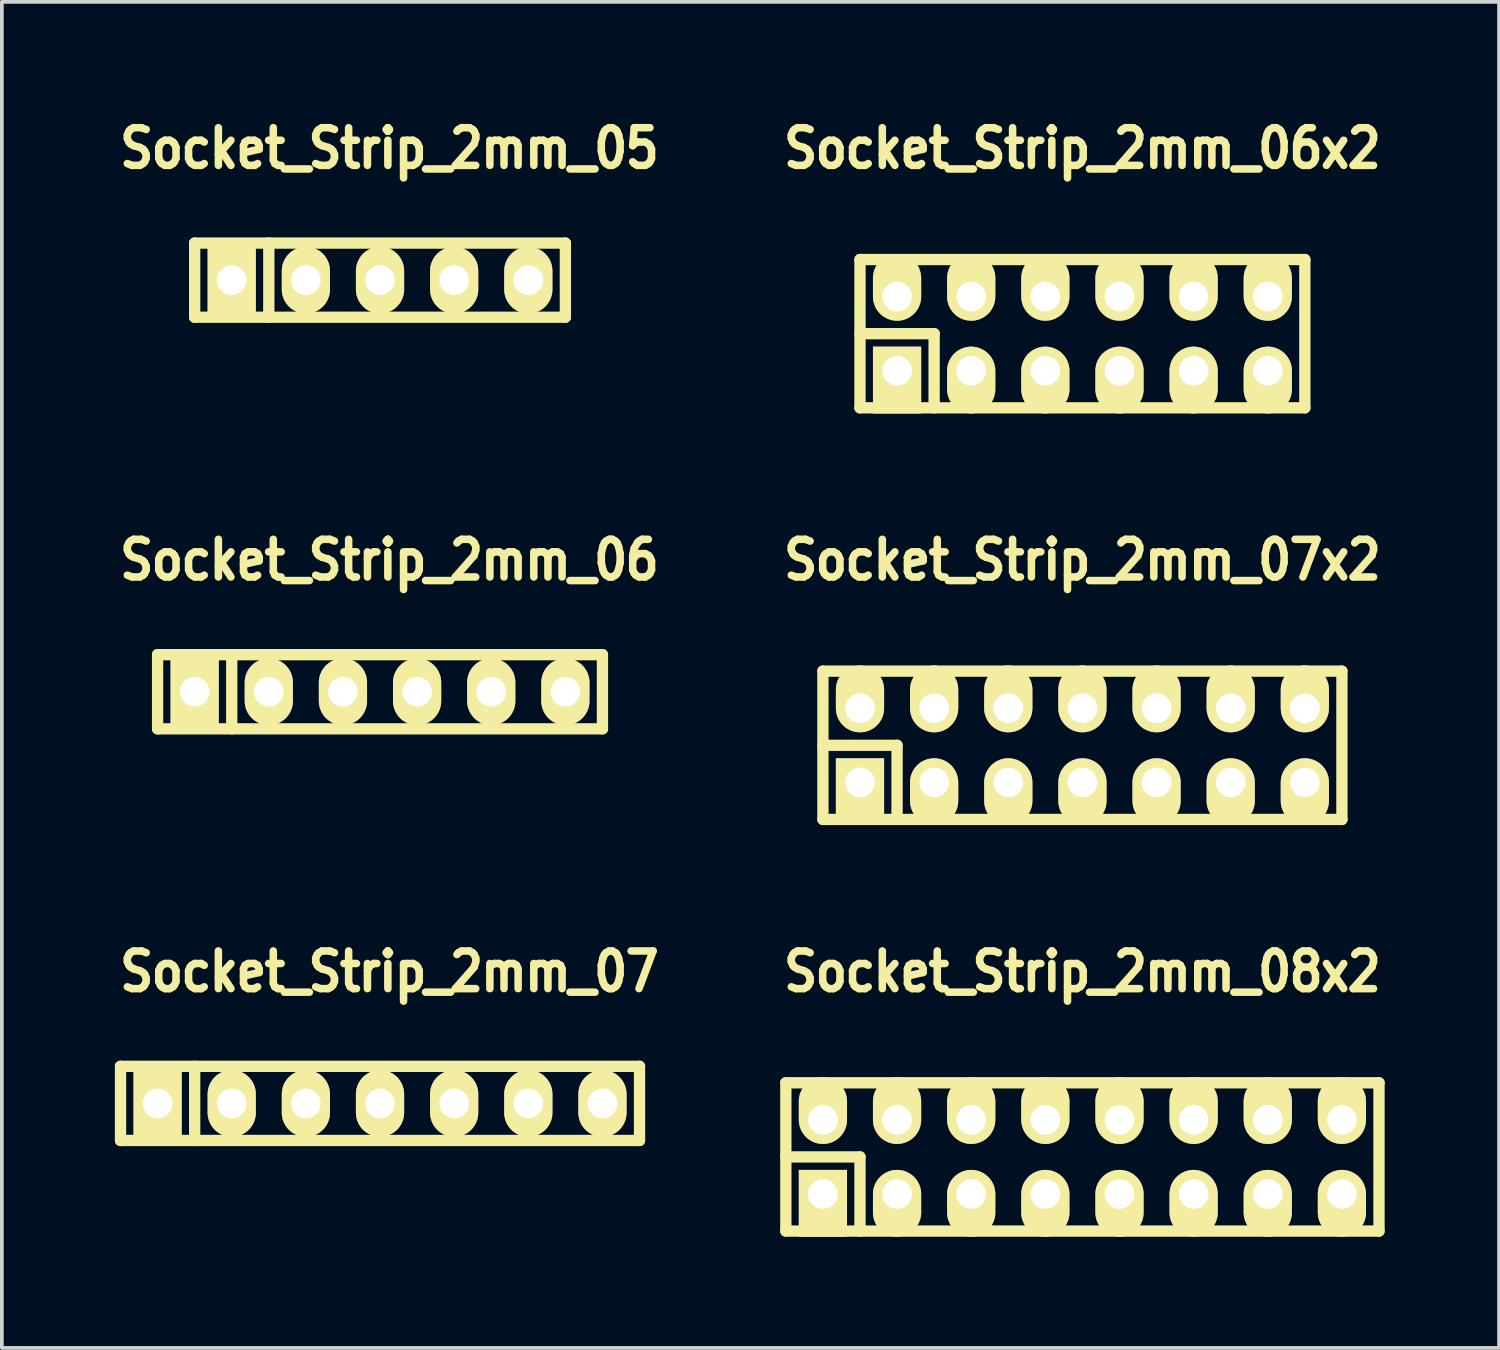
<source format=kicad_pcb>
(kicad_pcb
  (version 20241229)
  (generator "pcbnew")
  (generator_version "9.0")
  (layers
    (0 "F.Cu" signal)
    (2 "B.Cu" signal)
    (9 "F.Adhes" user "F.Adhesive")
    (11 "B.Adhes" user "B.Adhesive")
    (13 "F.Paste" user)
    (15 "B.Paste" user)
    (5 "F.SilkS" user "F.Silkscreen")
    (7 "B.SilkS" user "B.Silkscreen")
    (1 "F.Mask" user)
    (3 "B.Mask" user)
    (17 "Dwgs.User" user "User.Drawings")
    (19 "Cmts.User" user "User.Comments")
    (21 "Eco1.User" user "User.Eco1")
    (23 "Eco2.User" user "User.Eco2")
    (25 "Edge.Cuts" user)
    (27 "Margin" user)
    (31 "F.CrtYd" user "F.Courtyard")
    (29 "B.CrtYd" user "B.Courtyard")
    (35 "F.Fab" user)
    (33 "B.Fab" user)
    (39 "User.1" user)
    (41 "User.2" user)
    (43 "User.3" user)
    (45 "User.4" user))
  (footprint "Socket_Strip_2mm_06"
    (layer "F.Cu")
    (at 7.201 15.61)
    (property "Reference" "Socket_Strip_2mm_06" (at 0.254 -3.556 0) (layer "F.SilkS") (effects (font (size 1.016 0.889) (thickness 0.203))))
    (attr through_hole)
    (fp_line (start -6 -1) (end 6 -1) (stroke (width 0.305) (type solid)) (layer "F.SilkS"))
    (fp_line (start -6 1) (end -6 -1) (stroke (width 0.305) (type solid)) (layer "F.SilkS"))
    (fp_line (start -4 -1) (end -4 1) (stroke (width 0.305) (type solid)) (layer "F.SilkS"))
    (fp_line (start 6 -1) (end 6 1) (stroke (width 0.305) (type solid)) (layer "F.SilkS"))
    (fp_line (start 6 1) (end -6 1) (stroke (width 0.305) (type solid)) (layer "F.SilkS"))
    (pad "1" thru_hole rect (at -5 0) (size 1.3 1.8) (drill 0.8) (layers "*.Cu" "*.Mask" "F.SilkS"))
    (pad "2" thru_hole oval (at -3 0) (size 1.3 1.8) (drill 0.8) (layers "*.Cu" "*.Mask" "F.SilkS"))
    (pad "3" thru_hole oval (at -1 0) (size 1.3 1.8) (drill 0.8) (layers "*.Cu" "*.Mask" "F.SilkS"))
    (pad "4" thru_hole oval (at 1 0) (size 1.3 1.8) (drill 0.8) (layers "*.Cu" "*.Mask" "F.SilkS"))
    (pad "5" thru_hole oval (at 3 0) (size 1.3 1.8) (drill 0.8) (layers "*.Cu" "*.Mask" "F.SilkS"))
    (pad "6" thru_hole oval (at 5 0) (size 1.3 1.8) (drill 0.8) (layers "*.Cu" "*.Mask" "F.SilkS")))
  (footprint "Socket_Strip_2mm_05"
    (layer "F.Cu")
    (at 7.201 4.507)
    (property "Reference" "Socket_Strip_2mm_05" (at 0.254 -3.556 0) (layer "F.SilkS") (effects (font (size 1.016 0.889) (thickness 0.203))))
    (attr through_hole)
    (fp_line (start -5 -1) (end 5 -1) (stroke (width 0.305) (type solid)) (layer "F.SilkS"))
    (fp_line (start -5 1) (end -5 -1) (stroke (width 0.305) (type solid)) (layer "F.SilkS"))
    (fp_line (start -3 -1) (end -3 1) (stroke (width 0.305) (type solid)) (layer "F.SilkS"))
    (fp_line (start 5 -1) (end 5 1) (stroke (width 0.305) (type solid)) (layer "F.SilkS"))
    (fp_line (start 5 1) (end -5 1) (stroke (width 0.305) (type solid)) (layer "F.SilkS"))
    (pad "1" thru_hole rect (at -4 0) (size 1.3 1.8) (drill 0.8) (layers "*.Cu" "*.Mask" "F.SilkS"))
    (pad "2" thru_hole oval (at -2 0) (size 1.3 1.8) (drill 0.8) (layers "*.Cu" "*.Mask" "F.SilkS"))
    (pad "3" thru_hole oval (at 0 0) (size 1.3 1.8) (drill 0.8) (layers "*.Cu" "*.Mask" "F.SilkS"))
    (pad "4" thru_hole oval (at 2 0) (size 1.3 1.8) (drill 0.8) (layers "*.Cu" "*.Mask" "F.SilkS"))
    (pad "5" thru_hole oval (at 4 0) (size 1.3 1.8) (drill 0.8) (layers "*.Cu" "*.Mask" "F.SilkS")))
  (footprint "Socket_Strip_2mm_07x2"
    (layer "F.Cu")
    (at 26.148 17.054)
    (property "Reference" "Socket_Strip_2mm_07x2" (at 0 -5 0) (layer "F.SilkS") (effects (font (size 1.016 0.889) (thickness 0.203))))
    (attr through_hole)
    (fp_line (start -7 -2) (end 7 -2) (stroke (width 0.305) (type solid)) (layer "F.SilkS"))
    (fp_line (start -7 0) (end -5 0) (stroke (width 0.305) (type solid)) (layer "F.SilkS"))
    (fp_line (start -7 2) (end -7 -2) (stroke (width 0.305) (type solid)) (layer "F.SilkS"))
    (fp_line (start -5 0) (end -5 2) (stroke (width 0.305) (type solid)) (layer "F.SilkS"))
    (fp_line (start 7 -2) (end 7 2) (stroke (width 0.305) (type solid)) (layer "F.SilkS"))
    (fp_line (start 7 2) (end -7 2) (stroke (width 0.305) (type solid)) (layer "F.SilkS"))
    (pad "1" thru_hole rect (at -6 1) (size 1.3 1.8) (drill 0.8 (offset 0 0.25)) (layers "*.Cu" "*.Mask" "F.SilkS"))
    (pad "2" thru_hole oval (at -6 -1) (size 1.3 1.8) (drill 0.8 (offset 0 -0.25)) (layers "*.Cu" "*.Mask" "F.SilkS"))
    (pad "3" thru_hole oval (at -4 1) (size 1.3 1.8) (drill 0.8 (offset 0 0.25)) (layers "*.Cu" "*.Mask" "F.SilkS"))
    (pad "4" thru_hole oval (at -4 -1) (size 1.3 1.8) (drill 0.8 (offset 0 -0.25)) (layers "*.Cu" "*.Mask" "F.SilkS"))
    (pad "5" thru_hole oval (at -2 1) (size 1.3 1.8) (drill 0.8 (offset 0 0.25)) (layers "*.Cu" "*.Mask" "F.SilkS"))
    (pad "6" thru_hole oval (at -2 -1) (size 1.3 1.8) (drill 0.8 (offset 0 -0.25)) (layers "*.Cu" "*.Mask" "F.SilkS"))
    (pad "7" thru_hole oval (at 0 1) (size 1.3 1.8) (drill 0.8 (offset 0 0.25)) (layers "*.Cu" "*.Mask" "F.SilkS"))
    (pad "8" thru_hole oval (at 0 -1) (size 1.3 1.8) (drill 0.8 (offset 0 -0.25)) (layers "*.Cu" "*.Mask" "F.SilkS"))
    (pad "9" thru_hole oval (at 2 1) (size 1.3 1.8) (drill 0.8 (offset 0 0.25)) (layers "*.Cu" "*.Mask" "F.SilkS"))
    (pad "10" thru_hole oval (at 2 -1) (size 1.3 1.8) (drill 0.8 (offset 0 -0.25)) (layers "*.Cu" "*.Mask" "F.SilkS"))
    (pad "11" thru_hole oval (at 4 1) (size 1.3 1.8) (drill 0.8 (offset 0 0.25)) (layers "*.Cu" "*.Mask" "F.SilkS"))
    (pad "12" thru_hole oval (at 4 -1) (size 1.3 1.8) (drill 0.8 (offset 0 -0.25)) (layers "*.Cu" "*.Mask" "F.SilkS"))
    (pad "13" thru_hole oval (at 6 1) (size 1.3 1.8) (drill 0.8 (offset 0 0.25)) (layers "*.Cu" "*.Mask" "F.SilkS"))
    (pad "14" thru_hole oval (at 6 -1) (size 1.3 1.8) (drill 0.8 (offset 0 -0.25)) (layers "*.Cu" "*.Mask" "F.SilkS")))
  (footprint "Socket_Strip_2mm_08x2"
    (layer "F.Cu")
    (at 26.148 28.158)
    (property "Reference" "Socket_Strip_2mm_08x2" (at 0 -5 0) (layer "F.SilkS") (effects (font (size 1.016 0.889) (thickness 0.203))))
    (attr through_hole)
    (fp_line (start -8 -2) (end 8 -2) (stroke (width 0.305) (type solid)) (layer "F.SilkS"))
    (fp_line (start -8 0) (end -6 0) (stroke (width 0.305) (type solid)) (layer "F.SilkS"))
    (fp_line (start -8 2) (end -8 -2) (stroke (width 0.305) (type solid)) (layer "F.SilkS"))
    (fp_line (start -6 0) (end -6 2) (stroke (width 0.305) (type solid)) (layer "F.SilkS"))
    (fp_line (start 8 -2) (end 8 2) (stroke (width 0.305) (type solid)) (layer "F.SilkS"))
    (fp_line (start 8 2) (end -8 2) (stroke (width 0.305) (type solid)) (layer "F.SilkS"))
    (pad "1" thru_hole rect (at -7 1) (size 1.3 1.8) (drill 0.8 (offset 0 0.25)) (layers "*.Cu" "*.Mask" "F.SilkS"))
    (pad "2" thru_hole oval (at -7 -1) (size 1.3 1.8) (drill 0.8 (offset 0 -0.25)) (layers "*.Cu" "*.Mask" "F.SilkS"))
    (pad "3" thru_hole oval (at -5 1) (size 1.3 1.8) (drill 0.8 (offset 0 0.25)) (layers "*.Cu" "*.Mask" "F.SilkS"))
    (pad "4" thru_hole oval (at -5 -1) (size 1.3 1.8) (drill 0.8 (offset 0 -0.25)) (layers "*.Cu" "*.Mask" "F.SilkS"))
    (pad "5" thru_hole oval (at -3 1) (size 1.3 1.8) (drill 0.8 (offset 0 0.25)) (layers "*.Cu" "*.Mask" "F.SilkS"))
    (pad "6" thru_hole oval (at -3 -1) (size 1.3 1.8) (drill 0.8 (offset 0 -0.25)) (layers "*.Cu" "*.Mask" "F.SilkS"))
    (pad "7" thru_hole oval (at -1 1) (size 1.3 1.8) (drill 0.8 (offset 0 0.25)) (layers "*.Cu" "*.Mask" "F.SilkS"))
    (pad "8" thru_hole oval (at -1 -1) (size 1.3 1.8) (drill 0.8 (offset 0 -0.25)) (layers "*.Cu" "*.Mask" "F.SilkS"))
    (pad "9" thru_hole oval (at 1 1) (size 1.3 1.8) (drill 0.8 (offset 0 0.25)) (layers "*.Cu" "*.Mask" "F.SilkS"))
    (pad "10" thru_hole oval (at 1 -1) (size 1.3 1.8) (drill 0.8 (offset 0 -0.25)) (layers "*.Cu" "*.Mask" "F.SilkS"))
    (pad "11" thru_hole oval (at 3 1) (size 1.3 1.8) (drill 0.8 (offset 0 0.25)) (layers "*.Cu" "*.Mask" "F.SilkS"))
    (pad "12" thru_hole oval (at 3 -1) (size 1.3 1.8) (drill 0.8 (offset 0 -0.25)) (layers "*.Cu" "*.Mask" "F.SilkS"))
    (pad "13" thru_hole oval (at 5 1) (size 1.3 1.8) (drill 0.8 (offset 0 0.25)) (layers "*.Cu" "*.Mask" "F.SilkS"))
    (pad "14" thru_hole oval (at 5 -1) (size 1.3 1.8) (drill 0.8 (offset 0 -0.25)) (layers "*.Cu" "*.Mask" "F.SilkS"))
    (pad "15" thru_hole oval (at 7 1) (size 1.3 1.8) (drill 0.8 (offset 0 0.25)) (layers "*.Cu" "*.Mask" "F.SilkS"))
    (pad "16" thru_hole oval (at 7 -1) (size 1.3 1.8) (drill 0.8 (offset 0 -0.25)) (layers "*.Cu" "*.Mask" "F.SilkS")))
  (footprint "Socket_Strip_2mm_07"
    (layer "F.Cu")
    (at 7.201 26.714)
    (property "Reference" "Socket_Strip_2mm_07" (at 0.254 -3.556 0) (layer "F.SilkS") (effects (font (size 1.016 0.889) (thickness 0.203))))
    (attr through_hole)
    (fp_line (start -7 -1) (end 7 -1) (stroke (width 0.305) (type solid)) (layer "F.SilkS"))
    (fp_line (start -7 1) (end -7 -1) (stroke (width 0.305) (type solid)) (layer "F.SilkS"))
    (fp_line (start -5 -1) (end -5 1) (stroke (width 0.305) (type solid)) (layer "F.SilkS"))
    (fp_line (start 7 -1) (end 7 1) (stroke (width 0.305) (type solid)) (layer "F.SilkS"))
    (fp_line (start 7 1) (end -7 1) (stroke (width 0.305) (type solid)) (layer "F.SilkS"))
    (pad "1" thru_hole rect (at -6 0) (size 1.3 1.8) (drill 0.8) (layers "*.Cu" "*.Mask" "F.SilkS"))
    (pad "2" thru_hole oval (at -4 0) (size 1.3 1.8) (drill 0.8) (layers "*.Cu" "*.Mask" "F.SilkS"))
    (pad "3" thru_hole oval (at -2 0) (size 1.3 1.8) (drill 0.8) (layers "*.Cu" "*.Mask" "F.SilkS"))
    (pad "4" thru_hole oval (at 0 0) (size 1.3 1.8) (drill 0.8) (layers "*.Cu" "*.Mask" "F.SilkS"))
    (pad "5" thru_hole oval (at 2 0) (size 1.3 1.8) (drill 0.8) (layers "*.Cu" "*.Mask" "F.SilkS"))
    (pad "6" thru_hole oval (at 4 0) (size 1.3 1.8) (drill 0.8) (layers "*.Cu" "*.Mask" "F.SilkS"))
    (pad "7" thru_hole oval (at 6 0) (size 1.3 1.8) (drill 0.8) (layers "*.Cu" "*.Mask" "F.SilkS")))
  (footprint "Socket_Strip_2mm_06x2"
    (layer "F.Cu")
    (at 26.148 5.951)
    (property "Reference" "Socket_Strip_2mm_06x2" (at 0 -5 0) (layer "F.SilkS") (effects (font (size 1.016 0.889) (thickness 0.203))))
    (attr through_hole)
    (fp_line (start -6 -2) (end 6 -2) (stroke (width 0.305) (type solid)) (layer "F.SilkS"))
    (fp_line (start -6 0) (end -4 0) (stroke (width 0.305) (type solid)) (layer "F.SilkS"))
    (fp_line (start -6 2) (end -6 -2) (stroke (width 0.305) (type solid)) (layer "F.SilkS"))
    (fp_line (start -4 0) (end -4 2) (stroke (width 0.305) (type solid)) (layer "F.SilkS"))
    (fp_line (start 6 -2) (end 6 2) (stroke (width 0.305) (type solid)) (layer "F.SilkS"))
    (fp_line (start 6 2) (end -6 2) (stroke (width 0.305) (type solid)) (layer "F.SilkS"))
    (pad "1" thru_hole rect (at -5 1) (size 1.3 1.8) (drill 0.8 (offset 0 0.25)) (layers "*.Cu" "*.Mask" "F.SilkS"))
    (pad "2" thru_hole oval (at -5 -1) (size 1.3 1.8) (drill 0.8 (offset 0 -0.25)) (layers "*.Cu" "*.Mask" "F.SilkS"))
    (pad "3" thru_hole oval (at -3 1) (size 1.3 1.8) (drill 0.8 (offset 0 0.25)) (layers "*.Cu" "*.Mask" "F.SilkS"))
    (pad "4" thru_hole oval (at -3 -1) (size 1.3 1.8) (drill 0.8 (offset 0 -0.25)) (layers "*.Cu" "*.Mask" "F.SilkS"))
    (pad "5" thru_hole oval (at -1 1) (size 1.3 1.8) (drill 0.8 (offset 0 0.25)) (layers "*.Cu" "*.Mask" "F.SilkS"))
    (pad "6" thru_hole oval (at -1 -1) (size 1.3 1.8) (drill 0.8 (offset 0 -0.25)) (layers "*.Cu" "*.Mask" "F.SilkS"))
    (pad "7" thru_hole oval (at 1 1) (size 1.3 1.8) (drill 0.8 (offset 0 0.25)) (layers "*.Cu" "*.Mask" "F.SilkS"))
    (pad "8" thru_hole oval (at 1 -1) (size 1.3 1.8) (drill 0.8 (offset 0 -0.25)) (layers "*.Cu" "*.Mask" "F.SilkS"))
    (pad "9" thru_hole oval (at 3 1) (size 1.3 1.8) (drill 0.8 (offset 0 0.25)) (layers "*.Cu" "*.Mask" "F.SilkS"))
    (pad "10" thru_hole oval (at 3 -1) (size 1.3 1.8) (drill 0.8 (offset 0 -0.25)) (layers "*.Cu" "*.Mask" "F.SilkS"))
    (pad "11" thru_hole oval (at 5 1) (size 1.3 1.8) (drill 0.8 (offset 0 0.25)) (layers "*.Cu" "*.Mask" "F.SilkS"))
    (pad "12" thru_hole oval (at 5 -1) (size 1.3 1.8) (drill 0.8 (offset 0 -0.25)) (layers "*.Cu" "*.Mask" "F.SilkS")))
  (gr_rect
    (start -3 -3)
    (end 37.386 33.31)
    (stroke (width 0.1) (type default))
    (fill no)
    (layer "Edge.Cuts")))
</source>
